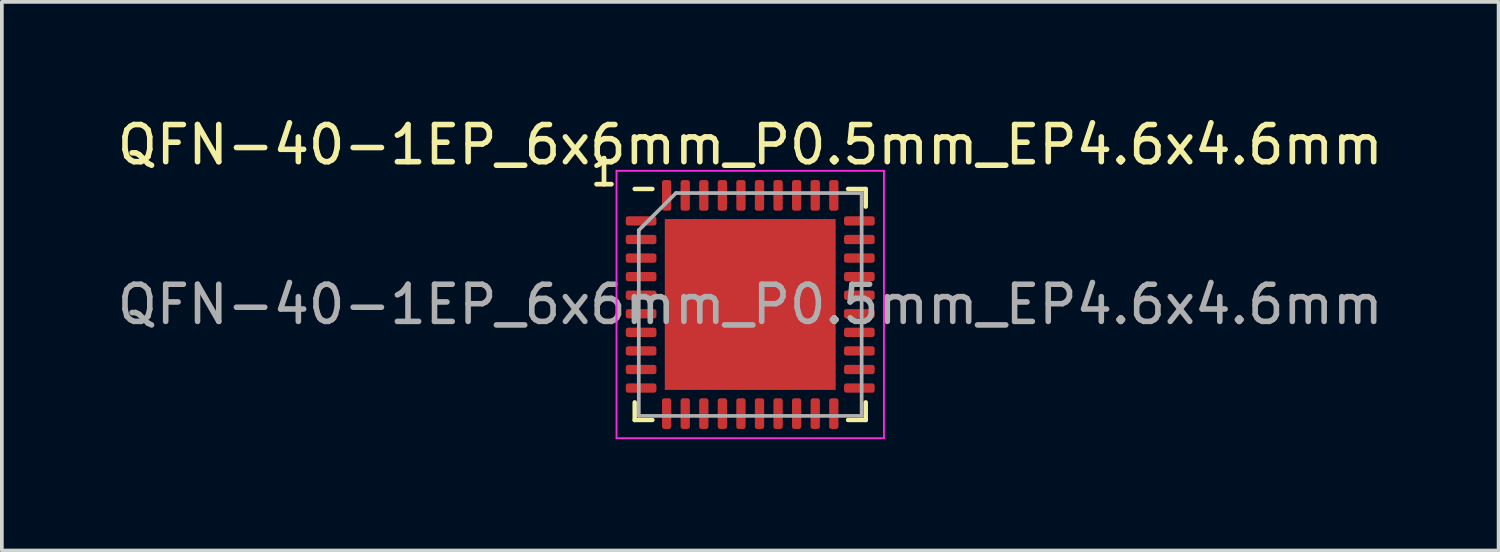
<source format=kicad_pcb>
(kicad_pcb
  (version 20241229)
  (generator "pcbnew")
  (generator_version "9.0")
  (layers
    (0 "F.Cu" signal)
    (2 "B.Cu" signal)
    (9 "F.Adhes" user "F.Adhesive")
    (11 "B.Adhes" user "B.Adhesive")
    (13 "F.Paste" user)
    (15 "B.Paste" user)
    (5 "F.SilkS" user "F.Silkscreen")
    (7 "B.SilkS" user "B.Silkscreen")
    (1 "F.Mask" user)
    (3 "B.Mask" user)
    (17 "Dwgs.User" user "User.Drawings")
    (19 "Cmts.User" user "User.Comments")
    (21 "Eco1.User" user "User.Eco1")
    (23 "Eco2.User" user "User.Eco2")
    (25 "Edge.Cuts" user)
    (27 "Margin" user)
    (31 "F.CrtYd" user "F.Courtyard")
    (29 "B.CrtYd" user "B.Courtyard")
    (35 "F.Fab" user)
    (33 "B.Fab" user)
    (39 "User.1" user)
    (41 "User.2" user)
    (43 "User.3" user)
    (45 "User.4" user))
  (footprint "QFN-40-1EP_6x6mm_P0.5mm_EP4.6x4.6mm"
    (layer "F.Cu")
    (at 17.149 5.148)
    (property "Reference" "QFN-40-1EP_6x6mm_P0.5mm_EP4.6x4.6mm" (at 0 -4.3 0) (layer "F.SilkS") (effects (font (size 1 1) (thickness 0.15))))
    (attr smd)
    (fp_line (start -3.11 3.11) (end -3.11 2.635) (stroke (width 0.12) (type solid)) (layer "F.SilkS"))
    (fp_line (start -2.635 -3.11) (end -3.11 -3.11) (stroke (width 0.12) (type solid)) (layer "F.SilkS"))
    (fp_line (start -2.635 3.11) (end -3.11 3.11) (stroke (width 0.12) (type solid)) (layer "F.SilkS"))
    (fp_line (start 2.635 -3.11) (end 3.11 -3.11) (stroke (width 0.12) (type solid)) (layer "F.SilkS"))
    (fp_line (start 2.635 3.11) (end 3.11 3.11) (stroke (width 0.12) (type solid)) (layer "F.SilkS"))
    (fp_line (start 3.11 -3.11) (end 3.11 -2.635) (stroke (width 0.12) (type solid)) (layer "F.SilkS"))
    (fp_line (start 3.11 3.11) (end 3.11 2.635) (stroke (width 0.12) (type solid)) (layer "F.SilkS"))
    (fp_line (start -3.6 -3.6) (end -3.6 3.6) (stroke (width 0.05) (type solid)) (layer "F.CrtYd"))
    (fp_line (start -3.6 3.6) (end 3.6 3.6) (stroke (width 0.05) (type solid)) (layer "F.CrtYd"))
    (fp_line (start 3.6 -3.6) (end -3.6 -3.6) (stroke (width 0.05) (type solid)) (layer "F.CrtYd"))
    (fp_line (start 3.6 3.6) (end 3.6 -3.6) (stroke (width 0.05) (type solid)) (layer "F.CrtYd"))
    (fp_line (start -3 -2) (end -2 -3) (stroke (width 0.1) (type solid)) (layer "F.Fab"))
    (fp_line (start -3 3) (end -3 -2) (stroke (width 0.1) (type solid)) (layer "F.Fab"))
    (fp_line (start -2 -3) (end 3 -3) (stroke (width 0.1) (type solid)) (layer "F.Fab"))
    (fp_line (start 3 -3) (end 3 3) (stroke (width 0.1) (type solid)) (layer "F.Fab"))
    (fp_line (start 3 3) (end -3 3) (stroke (width 0.1) (type solid)) (layer "F.Fab"))
    (fp_text user "1" (at -3.937 -3.556 0) (layer "F.SilkS") (effects (font (size 0.7 0.7) (thickness 0.127))))
    (fp_text user "${REFERENCE}" (at 0 0 0) (layer "F.Fab") (effects (font (size 1 1) (thickness 0.15))))
    (pad "" smd roundrect (at -1.725 -1.725) (size 0.93 0.93) (layers "F.Paste") (roundrect_rratio 0.25))
    (pad "" smd roundrect (at -1.725 -0.575) (size 0.93 0.93) (layers "F.Paste") (roundrect_rratio 0.25))
    (pad "" smd roundrect (at -1.725 0.575) (size 0.93 0.93) (layers "F.Paste") (roundrect_rratio 0.25))
    (pad "" smd roundrect (at -1.725 1.725) (size 0.93 0.93) (layers "F.Paste") (roundrect_rratio 0.25))
    (pad "" smd roundrect (at -0.575 -1.725) (size 0.93 0.93) (layers "F.Paste") (roundrect_rratio 0.25))
    (pad "" smd roundrect (at -0.575 -0.575) (size 0.93 0.93) (layers "F.Paste") (roundrect_rratio 0.25))
    (pad "" smd roundrect (at -0.575 0.575) (size 0.93 0.93) (layers "F.Paste") (roundrect_rratio 0.25))
    (pad "" smd roundrect (at -0.575 1.725) (size 0.93 0.93) (layers "F.Paste") (roundrect_rratio 0.25))
    (pad "" smd roundrect (at 0.575 -1.725) (size 0.93 0.93) (layers "F.Paste") (roundrect_rratio 0.25))
    (pad "" smd roundrect (at 0.575 -0.575) (size 0.93 0.93) (layers "F.Paste") (roundrect_rratio 0.25))
    (pad "" smd roundrect (at 0.575 0.575) (size 0.93 0.93) (layers "F.Paste") (roundrect_rratio 0.25))
    (pad "" smd roundrect (at 0.575 1.725) (size 0.93 0.93) (layers "F.Paste") (roundrect_rratio 0.25))
    (pad "" smd roundrect (at 1.725 -1.725) (size 0.93 0.93) (layers "F.Paste") (roundrect_rratio 0.25))
    (pad "" smd roundrect (at 1.725 -0.575) (size 0.93 0.93) (layers "F.Paste") (roundrect_rratio 0.25))
    (pad "" smd roundrect (at 1.725 0.575) (size 0.93 0.93) (layers "F.Paste") (roundrect_rratio 0.25))
    (pad "" smd roundrect (at 1.725 1.725) (size 0.93 0.93) (layers "F.Paste") (roundrect_rratio 0.25))
    (pad "1" smd roundrect (at -2.938 -2.25) (size 0.825 0.25) (layers "F.Cu" "F.Mask" "F.Paste") (roundrect_rratio 0.25))
    (pad "2" smd roundrect (at -2.938 -1.75) (size 0.825 0.25) (layers "F.Cu" "F.Mask" "F.Paste") (roundrect_rratio 0.25))
    (pad "3" smd roundrect (at -2.938 -1.25) (size 0.825 0.25) (layers "F.Cu" "F.Mask" "F.Paste") (roundrect_rratio 0.25))
    (pad "4" smd roundrect (at -2.938 -0.75) (size 0.825 0.25) (layers "F.Cu" "F.Mask" "F.Paste") (roundrect_rratio 0.25))
    (pad "5" smd roundrect (at -2.938 -0.25) (size 0.825 0.25) (layers "F.Cu" "F.Mask" "F.Paste") (roundrect_rratio 0.25))
    (pad "6" smd roundrect (at -2.938 0.25) (size 0.825 0.25) (layers "F.Cu" "F.Mask" "F.Paste") (roundrect_rratio 0.25))
    (pad "7" smd roundrect (at -2.938 0.75) (size 0.825 0.25) (layers "F.Cu" "F.Mask" "F.Paste") (roundrect_rratio 0.25))
    (pad "8" smd roundrect (at -2.938 1.25) (size 0.825 0.25) (layers "F.Cu" "F.Mask" "F.Paste") (roundrect_rratio 0.25))
    (pad "9" smd roundrect (at -2.938 1.75) (size 0.825 0.25) (layers "F.Cu" "F.Mask" "F.Paste") (roundrect_rratio 0.25))
    (pad "10" smd roundrect (at -2.938 2.25) (size 0.825 0.25) (layers "F.Cu" "F.Mask" "F.Paste") (roundrect_rratio 0.25))
    (pad "11" smd roundrect (at -2.25 2.938) (size 0.25 0.825) (layers "F.Cu" "F.Mask" "F.Paste") (roundrect_rratio 0.25))
    (pad "12" smd roundrect (at -1.75 2.938) (size 0.25 0.825) (layers "F.Cu" "F.Mask" "F.Paste") (roundrect_rratio 0.25))
    (pad "13" smd roundrect (at -1.25 2.938) (size 0.25 0.825) (layers "F.Cu" "F.Mask" "F.Paste") (roundrect_rratio 0.25))
    (pad "14" smd roundrect (at -0.75 2.938) (size 0.25 0.825) (layers "F.Cu" "F.Mask" "F.Paste") (roundrect_rratio 0.25))
    (pad "15" smd roundrect (at -0.25 2.938) (size 0.25 0.825) (layers "F.Cu" "F.Mask" "F.Paste") (roundrect_rratio 0.25))
    (pad "16" smd roundrect (at 0.25 2.938) (size 0.25 0.825) (layers "F.Cu" "F.Mask" "F.Paste") (roundrect_rratio 0.25))
    (pad "17" smd roundrect (at 0.75 2.938) (size 0.25 0.825) (layers "F.Cu" "F.Mask" "F.Paste") (roundrect_rratio 0.25))
    (pad "18" smd roundrect (at 1.25 2.938) (size 0.25 0.825) (layers "F.Cu" "F.Mask" "F.Paste") (roundrect_rratio 0.25))
    (pad "19" smd roundrect (at 1.75 2.938) (size 0.25 0.825) (layers "F.Cu" "F.Mask" "F.Paste") (roundrect_rratio 0.25))
    (pad "20" smd roundrect (at 2.25 2.938) (size 0.25 0.825) (layers "F.Cu" "F.Mask" "F.Paste") (roundrect_rratio 0.25))
    (pad "21" smd roundrect (at 2.938 2.25) (size 0.825 0.25) (layers "F.Cu" "F.Mask" "F.Paste") (roundrect_rratio 0.25))
    (pad "22" smd roundrect (at 2.938 1.75) (size 0.825 0.25) (layers "F.Cu" "F.Mask" "F.Paste") (roundrect_rratio 0.25))
    (pad "23" smd roundrect (at 2.938 1.25) (size 0.825 0.25) (layers "F.Cu" "F.Mask" "F.Paste") (roundrect_rratio 0.25))
    (pad "24" smd roundrect (at 2.938 0.75) (size 0.825 0.25) (layers "F.Cu" "F.Mask" "F.Paste") (roundrect_rratio 0.25))
    (pad "25" smd roundrect (at 2.938 0.25) (size 0.825 0.25) (layers "F.Cu" "F.Mask" "F.Paste") (roundrect_rratio 0.25))
    (pad "26" smd roundrect (at 2.938 -0.25) (size 0.825 0.25) (layers "F.Cu" "F.Mask" "F.Paste") (roundrect_rratio 0.25))
    (pad "27" smd roundrect (at 2.938 -0.75) (size 0.825 0.25) (layers "F.Cu" "F.Mask" "F.Paste") (roundrect_rratio 0.25))
    (pad "28" smd roundrect (at 2.938 -1.25) (size 0.825 0.25) (layers "F.Cu" "F.Mask" "F.Paste") (roundrect_rratio 0.25))
    (pad "29" smd roundrect (at 2.938 -1.75) (size 0.825 0.25) (layers "F.Cu" "F.Mask" "F.Paste") (roundrect_rratio 0.25))
    (pad "30" smd roundrect (at 2.938 -2.25) (size 0.825 0.25) (layers "F.Cu" "F.Mask" "F.Paste") (roundrect_rratio 0.25))
    (pad "31" smd roundrect (at 2.25 -2.938) (size 0.25 0.825) (layers "F.Cu" "F.Mask" "F.Paste") (roundrect_rratio 0.25))
    (pad "32" smd roundrect (at 1.75 -2.938) (size 0.25 0.825) (layers "F.Cu" "F.Mask" "F.Paste") (roundrect_rratio 0.25))
    (pad "33" smd roundrect (at 1.25 -2.938) (size 0.25 0.825) (layers "F.Cu" "F.Mask" "F.Paste") (roundrect_rratio 0.25))
    (pad "34" smd roundrect (at 0.75 -2.938) (size 0.25 0.825) (layers "F.Cu" "F.Mask" "F.Paste") (roundrect_rratio 0.25))
    (pad "35" smd roundrect (at 0.25 -2.938) (size 0.25 0.825) (layers "F.Cu" "F.Mask" "F.Paste") (roundrect_rratio 0.25))
    (pad "36" smd roundrect (at -0.25 -2.938) (size 0.25 0.825) (layers "F.Cu" "F.Mask" "F.Paste") (roundrect_rratio 0.25))
    (pad "37" smd roundrect (at -0.75 -2.938) (size 0.25 0.825) (layers "F.Cu" "F.Mask" "F.Paste") (roundrect_rratio 0.25))
    (pad "38" smd roundrect (at -1.25 -2.938) (size 0.25 0.825) (layers "F.Cu" "F.Mask" "F.Paste") (roundrect_rratio 0.25))
    (pad "39" smd roundrect (at -1.75 -2.938) (size 0.25 0.825) (layers "F.Cu" "F.Mask" "F.Paste") (roundrect_rratio 0.25))
    (pad "40" smd roundrect (at -2.25 -2.938) (size 0.25 0.825) (layers "F.Cu" "F.Mask" "F.Paste") (roundrect_rratio 0.25))
    (pad "41" smd rect (at 0 0) (size 4.6 4.6) (layers "F.Cu" "F.Mask")))
  (gr_rect
    (start -3 -3)
    (end 37.298 11.773)
    (stroke (width 0.1) (type default))
    (fill no)
    (layer "Edge.Cuts")))
</source>
